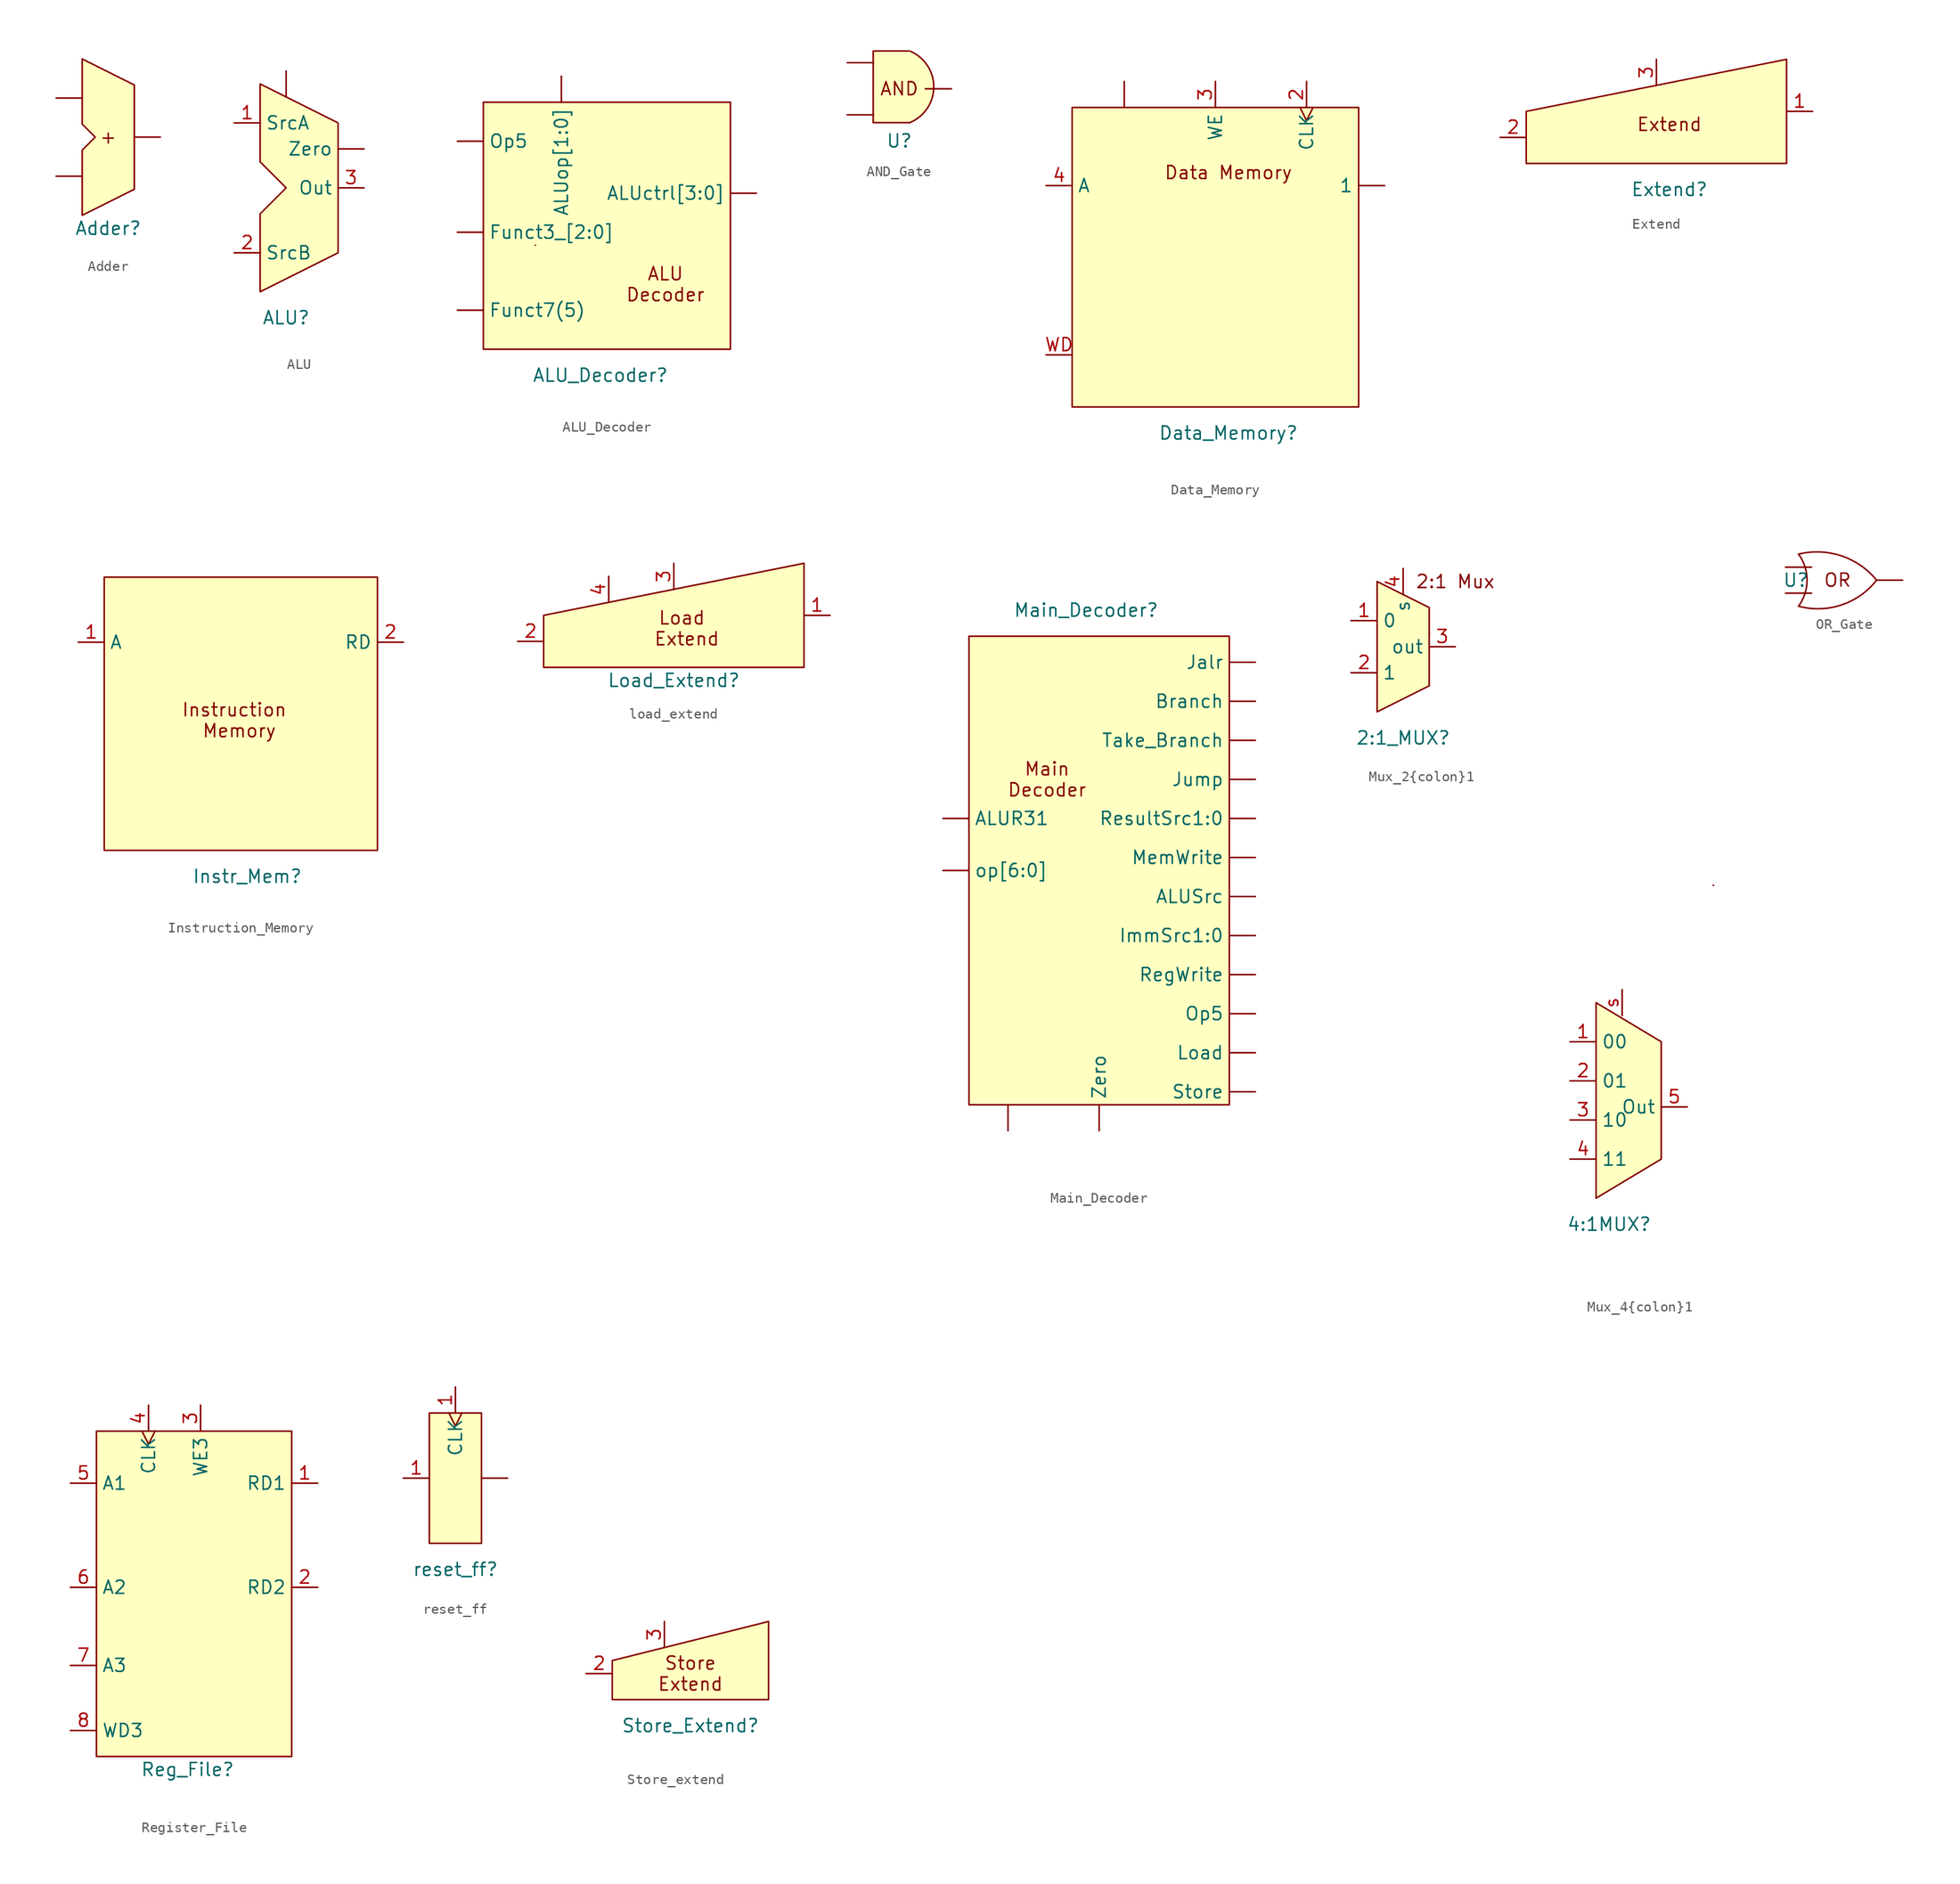
<source format=kicad_sym>
(kicad_symbol_lib
  (version 20220914)
  (generator kicad_symbol_editor)
  (symbol "Adder"
    (property "Reference" "Adder"
      (at 2.54 -8.89 0)
      (effects (font (size 1.27 1.27))))
    (property "Value" ""
      (at 0 0 0)
      (effects (font (size 1.27 1.27))))
    (symbol "Adder_1_1"
      (polyline (pts (xy 0 7.62) (xy 0 1.27) (xy 1.27 0) (xy 0 -1.27) (xy 0 -7.62) (xy 5.08 -5.08) (xy 5.08 5.08) (xy 0 7.62)) (stroke (width 0) (type default)) (fill (type background)))
      (text "+" (at 2.54 0 0) (effects (font (size 1.27 1.27))))
      (pin input line (at -2.54 -3.81 0) (length 2.54) (name "" (effects (font (size 1.27 1.27)))) (number "" (effects (font (size 1.27 1.27)))))
      (pin input line (at -2.54 3.81 0) (length 2.54) (name "" (effects (font (size 1.27 1.27)))) (number "" (effects (font (size 1.27 1.27)))))
      (pin output line (at 7.62 0 180) (length 2.54) (name "" (effects (font (size 1.27 1.27)))) (number "" (effects (font (size 1.27 1.27)))))))
  (symbol "ALU"
    (property "Reference" "ALU"
      (at 2.54 -12.7 0)
      (effects (font (size 1.27 1.27))))
    (property "Value" ""
      (at 0 0 0)
      (effects (font (size 1.27 1.27))))
    (symbol "ALU_1_1"
      (polyline (pts (xy 0 10.16) (xy 0 2.54) (xy 2.54 0) (xy 0 -2.54) (xy 0 -10.16) (xy 7.62 -6.35) (xy 7.62 6.35) (xy 0 10.16)) (stroke (width 0) (type default)) (fill (type background)))
      (pin input line (at 2.54 11.43 270) (length 2.54) (name "" (effects (font (size 1.27 1.27)))) (number "" (effects (font (size 1.27 1.27)))))
      (pin input line (at 10.16 3.81 180) (length 2.54) (name "Zero" (effects (font (size 1.27 1.27)))) (number "" (effects (font (size 1.27 1.27)))))
      (pin input line (at -2.54 6.35 0) (length 2.54) (name "SrcA" (effects (font (size 1.27 1.27)))) (number "1" (effects (font (size 1.27 1.27)))))
      (pin input line (at -2.54 -6.35 0) (length 2.54) (name "SrcB" (effects (font (size 1.27 1.27)))) (number "2" (effects (font (size 1.27 1.27)))))
      (pin output line (at 10.16 0 180) (length 2.54) (name "Out" (effects (font (size 1.27 1.27)))) (number "3" (effects (font (size 1.27 1.27)))))))
  (symbol "ALU_Decoder"
    (property "Reference" "ALU_Decoder"
      (at 0 -13.97 0)
      (effects (font (size 1.27 1.27))))
    (property "Value" ""
      (at 0 -5.08 0)
      (effects (font (size 1.27 1.27))))
    (symbol "ALU_Decoder_1_1"
      (rectangle (start -11.43 12.7) (end 12.7 -11.43) (stroke (width 0) (type default)) (fill (type background)))
      (rectangle (start -6.35 -1.27) (end -6.35 -1.27) (stroke (width 0) (type default)) (fill (type none)))
      (text "ALU\nDecoder" (at 6.35 -5.08 0) (effects (font (size 1.27 1.27))))
      (pin input line (at 15.24 3.81 180) (length 2.54) (name "ALUctrl[3:0]" (effects (font (size 1.27 1.27)))) (number "" (effects (font (size 1.27 1.27)))))
      (pin input line (at -3.81 15.24 270) (length 2.54) (name "ALUop[1:0]" (effects (font (size 1.27 1.27)))) (number "" (effects (font (size 1.27 1.27)))))
      (pin input line (at -13.97 0 0) (length 2.54) (name "Funct3_[2:0]" (effects (font (size 1.27 1.27)))) (number "" (effects (font (size 1.27 1.27)))))
      (pin input line (at -13.97 -7.62 0) (length 2.54) (name "Funct7(5)" (effects (font (size 1.27 1.27)))) (number "" (effects (font (size 1.27 1.27)))))
      (pin input line (at -13.97 8.89 0) (length 2.54) (name "Op5" (effects (font (size 1.27 1.27)))) (number "" (effects (font (size 1.27 1.27)))))))
  (symbol "AND_Gate"
    (property "Reference" "U"
      (at 0 -5.08 0)
      (effects (font (size 1.27 1.27))))
    (property "Value" ""
      (at 1.016 0 0)
      (effects (font (size 1.27 1.27))))
    (symbol "AND_Gate_1_1"
      (polyline (pts (xy 0.889 3.683) (xy -2.54 3.683) (xy -2.54 -3.302) (xy 1.016 -3.302)) (stroke (width 0) (type default)) (fill (type background)))
      (arc (start 1.016 -3.302) (mid 3.3619 0.1905) (end 1.016 3.683) (stroke (width 0) (type default)) (fill (type background)))
      (text "AND" (at 0 0 0) (effects (font (size 1.27 1.27))))
      (pin input line (at -5.08 -2.54 0) (length 2.54) (name "" (effects (font (size 1.27 1.27)))) (number "" (effects (font (size 1.27 1.27)))))
      (pin input line (at -5.08 2.54 0) (length 2.54) (name "" (effects (font (size 1.27 1.27)))) (number "" (effects (font (size 1.27 1.27)))))
      (pin output line (at 5.08 0 180) (length 2.54) (name "" (effects (font (size 1.27 1.27)))) (number "" (effects (font (size 1.27 1.27)))))))
  (symbol "Data_Memory"
    (property "Reference" "Data_Memory"
      (at 0 -17.78 0)
      (effects (font (size 1.27 1.27))))
    (property "Value" ""
      (at 6.35 3.81 0)
      (effects (font (size 1.27 1.27))))
    (symbol "Data_Memory_1_1"
      (rectangle (start -15.24 13.97) (end 12.7 -15.24) (stroke (width 0) (type default)) (fill (type background)))
      (text "Data Memory" (at 0 7.62 0) (effects (font (size 1.27 1.27))))
      (pin input line (at -10.16 16.51 270) (length 2.54) (name "" (effects (font (size 1.27 1.27)))) (number "" (effects (font (size 1.27 1.27)))))
      (pin output line (at 15.24 6.35 180) (length 2.54) (name "1" (effects (font (size 1.27 1.27)))) (number "" (effects (font (size 1.27 1.27)))))
      (pin input clock (at 7.62 16.51 270) (length 2.54) (name "CLK" (effects (font (size 1.27 1.27)))) (number "2" (effects (font (size 1.27 1.27)))))
      (pin input line (at -1.27 16.51 270) (length 2.54) (name "WE" (effects (font (size 1.27 1.27)))) (number "3" (effects (font (size 1.27 1.27)))))
      (pin input line (at -17.78 6.35 0) (length 2.54) (name "A" (effects (font (size 1.27 1.27)))) (number "4" (effects (font (size 1.27 1.27)))))
      (pin input line (at -17.78 -10.16 0) (length 2.54) (name "" (effects (font (size 1.27 1.27)))) (number "WD" (effects (font (size 1.27 1.27)))))))
  (symbol "Extend"
    (property "Reference" "Extend"
      (at 1.27 -5.08 0)
      (effects (font (size 1.27 1.27))))
    (property "Value" ""
      (at 7.62 0 0)
      (effects (font (size 1.27 1.27))))
    (symbol "Extend_1_1"
      (polyline (pts (xy -12.7 -2.54) (xy 12.7 -2.54) (xy 12.7 7.62) (xy -12.7 2.54) (xy -12.7 -2.54)) (stroke (width 0) (type default)) (fill (type background)))
      (text "Extend" (at 1.27 1.27 0) (effects (font (size 1.27 1.27))))
      (pin output line (at 15.24 2.54 180) (length 2.54) (name "" (effects (font (size 1.27 1.27)))) (number "1" (effects (font (size 1.27 1.27)))))
      (pin input line (at -15.24 0 0) (length 2.54) (name "" (effects (font (size 1.27 1.27)))) (number "2" (effects (font (size 1.27 1.27)))))
      (pin input line (at 0 7.62 270) (length 2.54) (name "" (effects (font (size 1.27 1.27)))) (number "3" (effects (font (size 1.27 1.27)))))))
  (symbol "Instruction_Memory"
    (property "Reference" "Instr_Mem"
      (at 0 -15.24 0)
      (effects (font (size 1.27 1.27))))
    (property "Value" ""
      (at 0 7.62 0)
      (effects (font (size 1.27 1.27))))
    (symbol "Instruction_Memory_1_1"
      (rectangle (start -13.97 13.97) (end 12.7 -12.7) (stroke (width 0) (type default)) (fill (type background)))
      (text "Instruction\n Memory" (at -1.27 0 0) (effects (font (size 1.27 1.27))))
      (pin input line (at -16.51 7.62 0) (length 2.54) (name "A" (effects (font (size 1.27 1.27)))) (number "1" (effects (font (size 1.27 1.27)))))
      (pin output line (at 15.24 7.62 180) (length 2.54) (name "RD" (effects (font (size 1.27 1.27)))) (number "2" (effects (font (size 1.27 1.27)))))))
  (symbol "load_extend"
    (property "Reference" "Load_Extend"
      (at 0 -3.81 0)
      (effects (font (size 1.27 1.27))))
    (property "Value" ""
      (at 0 0 0)
      (effects (font (size 1.27 1.27))))
    (symbol "load_extend_1_1"
      (polyline (pts (xy -12.7 -2.54) (xy 12.7 -2.54) (xy 12.7 7.62) (xy -12.7 2.54) (xy -12.7 -2.54)) (stroke (width 0) (type default)) (fill (type background)))
      (text "Load \nExtend" (at 1.27 1.27 0) (effects (font (size 1.27 1.27))))
      (pin output line (at 15.24 2.54 180) (length 2.54) (name "" (effects (font (size 1.27 1.27)))) (number "1" (effects (font (size 1.27 1.27)))))
      (pin input line (at -15.24 0 0) (length 2.54) (name "" (effects (font (size 1.27 1.27)))) (number "2" (effects (font (size 1.27 1.27)))))
      (pin input line (at 0 7.62 270) (length 2.54) (name "" (effects (font (size 1.27 1.27)))) (number "3" (effects (font (size 1.27 1.27)))))
      (pin input line (at -6.35 6.35 270) (length 2.54) (name "" (effects (font (size 1.27 1.27)))) (number "4" (effects (font (size 1.27 1.27)))))))
  (symbol "Main_Decoder"
    (property "Reference" "Main_Decoder"
      (at -1.27 36.83 0)
      (effects (font (size 1.27 1.27))))
    (property "Value" ""
      (at 0 0 0)
      (effects (font (size 1.27 1.27))))
    (symbol "Main_Decoder_1_1"
      (rectangle (start -12.7 34.29) (end 12.7 -11.43) (stroke (width 0) (type default)) (fill (type background)))
      (text "Main\nDecoder" (at -5.08 20.32 0) (effects (font (size 1.27 1.27))))
      (pin output line (at -8.89 -13.97 90) (length 2.54) (name "" (effects (font (size 1.27 1.27)))) (number "" (effects (font (size 1.27 1.27)))))
      (pin input line (at -15.24 16.51 0) (length 2.54) (name "ALUR31" (effects (font (size 1.27 1.27)))) (number "" (effects (font (size 1.27 1.27)))))
      (pin output line (at 15.24 8.89 180) (length 2.54) (name "ALUSrc" (effects (font (size 1.27 1.27)))) (number "" (effects (font (size 1.27 1.27)))))
      (pin input line (at 15.24 27.94 180) (length 2.54) (name "Branch" (effects (font (size 1.27 1.27)))) (number "" (effects (font (size 1.27 1.27)))))
      (pin output line (at 15.24 5.08 180) (length 2.54) (name "ImmSrc1:0" (effects (font (size 1.27 1.27)))) (number "" (effects (font (size 1.27 1.27)))))
      (pin output line (at 15.24 31.75 180) (length 2.54) (name "Jalr" (effects (font (size 1.27 1.27)))) (number "" (effects (font (size 1.27 1.27)))))
      (pin output line (at 15.24 20.32 180) (length 2.54) (name "Jump" (effects (font (size 1.27 1.27)))) (number "" (effects (font (size 1.27 1.27)))))
      (pin output line (at 15.24 -6.35 180) (length 2.54) (name "Load" (effects (font (size 1.27 1.27)))) (number "" (effects (font (size 1.27 1.27)))))
      (pin output line (at 15.24 12.7 180) (length 2.54) (name "MemWrite" (effects (font (size 1.27 1.27)))) (number "" (effects (font (size 1.27 1.27)))))
      (pin output line (at 15.24 -2.54 180) (length 2.54) (name "Op5" (effects (font (size 1.27 1.27)))) (number "" (effects (font (size 1.27 1.27)))))
      (pin output line (at 15.24 1.27 180) (length 2.54) (name "RegWrite" (effects (font (size 1.27 1.27)))) (number "" (effects (font (size 1.27 1.27)))))
      (pin output line (at 15.24 16.51 180) (length 2.54) (name "ResultSrc1:0" (effects (font (size 1.27 1.27)))) (number "" (effects (font (size 1.27 1.27)))))
      (pin output line (at 15.24 -10.16 180) (length 2.54) (name "Store" (effects (font (size 1.27 1.27)))) (number "" (effects (font (size 1.27 1.27)))))
      (pin input line (at 15.24 24.13 180) (length 2.54) (name "Take_Branch" (effects (font (size 1.27 1.27)))) (number "" (effects (font (size 1.27 1.27)))))
      (pin input line (at 0 -13.97 90) (length 2.54) (name "Zero" (effects (font (size 1.27 1.27)))) (number "" (effects (font (size 1.27 1.27)))))
      (pin input line (at -15.24 11.43 0) (length 2.54) (name "op[6:0]" (effects (font (size 1.27 1.27)))) (number "" (effects (font (size 1.27 1.27)))))))
  (symbol "Mux_2{colon}1"
    (property "Reference" "2:1_MUX"
      (at 0 -8.89 0)
      (effects (font (size 1.27 1.27))))
    (property "Value" ""
      (at 6.35 1.27 0)
      (effects (font (size 1.27 1.27))))
    (symbol "Mux_2{colon}1_0_1"
      (polyline (pts (xy 2.54 1.27) (xy 2.54 1.27)) (stroke (width 0) (type default)) (fill (type none)))
      (polyline (pts (xy 2.54 1.27) (xy 2.54 1.27)) (stroke (width 0) (type default)) (fill (type none))))
    (symbol "Mux_2{colon}1_1_1"
      (polyline (pts (xy -2.54 6.35) (xy -2.54 -6.35) (xy 2.54 -3.81) (xy 2.54 3.81) (xy -2.54 6.35)) (stroke (width 0) (type default)) (fill (type background)))
      (text "2:1 Mux" (at 5.08 6.35 0) (effects (font (size 1.27 1.27))))
      (pin input line (at -5.08 2.54 0) (length 2.54) (name "0" (effects (font (size 1.27 1.27)))) (number "1" (effects (font (size 1.27 1.27)))))
      (pin input line (at -5.08 -2.54 0) (length 2.54) (name "1" (effects (font (size 1.27 1.27)))) (number "2" (effects (font (size 1.27 1.27)))))
      (pin output line (at 5.08 0 180) (length 2.54) (name "out" (effects (font (size 1.27 1.27)))) (number "3" (effects (font (size 1.27 1.27)))))
      (pin input line (at 0 7.62 270) (length 2.54) (name "s" (effects (font (size 1.27 1.27)))) (number "4" (effects (font (size 1.27 1.27)))))))
  (symbol "Mux_4{colon}1"
    (property "Reference" "4:1MUX"
      (at -1.27 -11.43 0)
      (effects (font (size 1.27 1.27))))
    (property "Value" ""
      (at -1.27 48.26 0)
      (effects (font (size 1.27 1.27))))
    (symbol "Mux_4{colon}1_0_1"
      (polyline (pts (xy 8.89 21.59) (xy 8.89 21.59)) (stroke (width 0) (type default)) (fill (type none)))
      (polyline (pts (xy 8.89 21.59) (xy 8.89 21.59)) (stroke (width 0) (type default)) (fill (type none))))
    (symbol "Mux_4{colon}1_1_1"
      (polyline (pts (xy -2.54 10.16) (xy -2.54 -8.89) (xy 3.81 -5.08) (xy 3.81 6.35) (xy -2.54 10.16)) (stroke (width 0) (type default)) (fill (type background)))
      (pin input line (at -5.08 6.35 0) (length 2.54) (name "00" (effects (font (size 1.27 1.27)))) (number "1" (effects (font (size 1.27 1.27)))))
      (pin input line (at -5.08 2.54 0) (length 2.54) (name "01" (effects (font (size 1.27 1.27)))) (number "2" (effects (font (size 1.27 1.27)))))
      (pin input line (at -5.08 -1.27 0) (length 2.54) (name "10" (effects (font (size 1.27 1.27)))) (number "3" (effects (font (size 1.27 1.27)))))
      (pin input line (at -5.08 -5.08 0) (length 2.54) (name "11" (effects (font (size 1.27 1.27)))) (number "4" (effects (font (size 1.27 1.27)))))
      (pin output line (at 6.35 0 180) (length 2.54) (name "Out" (effects (font (size 1.27 1.27)))) (number "5" (effects (font (size 1.27 1.27)))))
      (pin input line (at 0 11.43 270) (length 2.54) (name "" (effects (font (size 1.27 1.27)))) (number "s" (effects (font (size 1.27 1.27)))))))
  (symbol "OR_Gate"
    (property "Reference" "U"
      (at -5.334 0 0)
      (effects (font (size 1.27 1.27))))
    (property "Value" ""
      (at -5.334 0 0)
      (effects (font (size 1.27 1.27))))
    (symbol "OR_Gate_0_1"
      (arc (start -5.08 -2.54) (mid -4.247 0) (end -5.08 2.54) (stroke (width 0) (type default)) (fill (type none)))
      (arc (start -5.08 -2.54) (mid -0.8872 -2.4184) (end 2.54 0) (stroke (width 0) (type default)) (fill (type none)))
      (arc (start 2.54 0) (mid -0.9011 2.3767) (end -5.08 2.54) (stroke (width 0) (type default)) (fill (type none))))
    (symbol "OR_Gate_1_1"
      (text "OR" (at -1.27 0 0) (effects (font (size 1.27 1.27))))
      (pin input line (at -6.35 -1.27 0) (length 2.54) (name "" (effects (font (size 1.27 1.27)))) (number "" (effects (font (size 1.27 1.27)))))
      (pin input line (at -6.35 1.27 0) (length 2.54) (name "" (effects (font (size 1.27 1.27)))) (number "" (effects (font (size 1.27 1.27)))))
      (pin output line (at 5.08 0 180) (length 2.54) (name "" (effects (font (size 1.27 1.27)))) (number "" (effects (font (size 1.27 1.27)))))))
  (symbol "Register_File"
    (property "Reference" "Reg_File"
      (at 0 -17.78 0)
      (effects (font (size 1.27 1.27))))
    (property "Value" ""
      (at -1.27 7.62 0)
      (effects (font (size 1.27 1.27))))
    (symbol "Register_File_1_1"
      (rectangle (start -8.89 15.24) (end 10.16 -16.51) (stroke (width 0) (type default)) (fill (type background)))
      (pin output line (at 12.7 10.16 180) (length 2.54) (name "RD1" (effects (font (size 1.27 1.27)))) (number "1" (effects (font (size 1.27 1.27)))))
      (pin output line (at 12.7 0 180) (length 2.54) (name "RD2" (effects (font (size 1.27 1.27)))) (number "2" (effects (font (size 1.27 1.27)))))
      (pin input line (at 1.27 17.78 270) (length 2.54) (name "WE3" (effects (font (size 1.27 1.27)))) (number "3" (effects (font (size 1.27 1.27)))))
      (pin input clock (at -3.81 17.78 270) (length 2.54) (name "CLK" (effects (font (size 1.27 1.27)))) (number "4" (effects (font (size 1.27 1.27)))))
      (pin input line (at -11.43 10.16 0) (length 2.54) (name "A1" (effects (font (size 1.27 1.27)))) (number "5" (effects (font (size 1.27 1.27)))))
      (pin input line (at -11.43 0 0) (length 2.54) (name "A2" (effects (font (size 1.27 1.27)))) (number "6" (effects (font (size 1.27 1.27)))))
      (pin input line (at -11.43 -7.62 0) (length 2.54) (name "A3" (effects (font (size 1.27 1.27)))) (number "7" (effects (font (size 1.27 1.27)))))
      (pin input line (at -11.43 -13.97 0) (length 2.54) (name "WD3" (effects (font (size 1.27 1.27)))) (number "8" (effects (font (size 1.27 1.27)))))))
  (symbol "reset_ff"
    (property "Reference" "reset_ff"
      (at 0 -8.89 0)
      (effects (font (size 1.27 1.27))))
    (property "Value" ""
      (at 1.27 1.27 0)
      (effects (font (size 1.27 1.27))))
    (symbol "reset_ff_1_1"
      (rectangle (start -2.54 6.35) (end 2.54 -6.35) (stroke (width 0) (type default)) (fill (type background)))
      (pin output line (at 5.08 0 180) (length 2.54) (name "" (effects (font (size 1.27 1.27)))) (number "" (effects (font (size 1.27 1.27)))))
      (pin input line (at -5.08 0 0) (length 2.54) (name "" (effects (font (size 1.27 1.27)))) (number "1" (effects (font (size 1.27 1.27)))))
      (pin input clock (at 0 8.89 270) (length 2.54) (name "CLK" (effects (font (size 1.27 1.27)))) (number "1" (effects (font (size 1.27 1.27)))))))
  (symbol "Store_extend"
    (property "Reference" "Store_Extend"
      (at 1.27 -3.81 0)
      (effects (font (size 1.27 1.27))))
    (property "Value" ""
      (at 0 27.94 0)
      (effects (font (size 1.27 1.27))))
    (symbol "Store_extend_1_1"
      (polyline (pts (xy -6.35 -1.27) (xy 8.89 -1.27) (xy 8.89 6.35) (xy -6.35 2.54) (xy -6.35 -1.27)) (stroke (width 0) (type default)) (fill (type background)))
      (text "Store\nExtend" (at 1.27 1.27 0) (effects (font (size 1.27 1.27))))
      (pin input line (at -8.89 1.27 0) (length 2.54) (name "" (effects (font (size 1.27 1.27)))) (number "2" (effects (font (size 1.27 1.27)))))
      (pin input line (at -1.27 6.35 270) (length 2.54) (name "" (effects (font (size 1.27 1.27)))) (number "3" (effects (font (size 1.27 1.27))))))))
</source>
